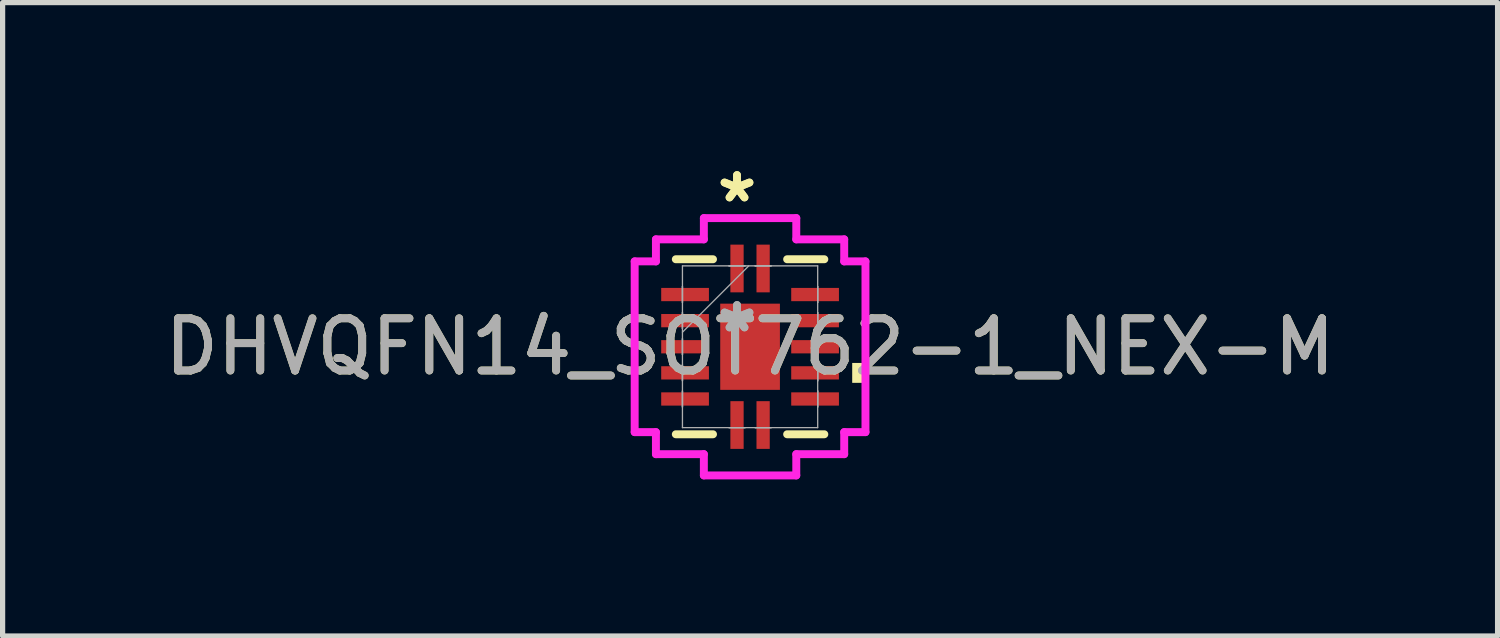
<source format=kicad_pcb>
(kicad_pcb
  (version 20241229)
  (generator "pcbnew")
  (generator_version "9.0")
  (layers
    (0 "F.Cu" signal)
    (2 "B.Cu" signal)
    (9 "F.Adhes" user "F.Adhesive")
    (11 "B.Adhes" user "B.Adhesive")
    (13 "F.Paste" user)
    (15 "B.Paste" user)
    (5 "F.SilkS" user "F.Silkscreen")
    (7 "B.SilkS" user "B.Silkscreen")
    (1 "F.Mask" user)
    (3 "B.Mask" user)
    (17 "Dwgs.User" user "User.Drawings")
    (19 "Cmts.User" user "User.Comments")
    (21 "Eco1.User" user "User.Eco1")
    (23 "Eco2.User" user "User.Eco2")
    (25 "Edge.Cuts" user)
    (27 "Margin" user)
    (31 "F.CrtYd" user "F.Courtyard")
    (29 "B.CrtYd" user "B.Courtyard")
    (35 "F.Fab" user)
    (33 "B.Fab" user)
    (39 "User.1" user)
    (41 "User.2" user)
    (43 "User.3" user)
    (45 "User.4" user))
  (footprint "DHVQFN14_SOT762-1_NEX-M"
    (layer "F.Cu")
    (at 11.315 3.591)
    (property "Reference" "DHVQFN14_SOT762-1_NEX-M" (at 0 0 0) (unlocked yes) (layer "F.SilkS") (effects (font (size 1 1) (thickness 0.15))))
    (attr smd)
    (fp_line (start -1.422 1.676) (end -0.71 1.676) (stroke (width 0.152) (type solid)) (layer "F.SilkS"))
    (fp_line (start -0.71 -1.676) (end -1.422 -1.676) (stroke (width 0.152) (type solid)) (layer "F.SilkS"))
    (fp_line (start 0.71 1.676) (end 1.422 1.676) (stroke (width 0.152) (type solid)) (layer "F.SilkS"))
    (fp_line (start 1.422 -1.676) (end 0.71 -1.676) (stroke (width 0.152) (type solid)) (layer "F.SilkS"))
    (fp_poly (pts (xy 2.21 0.31) (xy 2.21 0.691) (xy 1.956 0.691) (xy 1.956 0.31)) (stroke (width 0) (type solid)) (fill yes) (layer "F.SilkS"))
    (fp_line (start -2.21 -1.635) (end -1.803 -1.635) (stroke (width 0.152) (type solid)) (layer "F.CrtYd"))
    (fp_line (start -2.21 1.635) (end -2.21 -1.635) (stroke (width 0.152) (type solid)) (layer "F.CrtYd"))
    (fp_line (start -1.803 -2.057) (end -0.885 -2.057) (stroke (width 0.152) (type solid)) (layer "F.CrtYd"))
    (fp_line (start -1.803 -1.635) (end -1.803 -2.057) (stroke (width 0.152) (type solid)) (layer "F.CrtYd"))
    (fp_line (start -1.803 1.635) (end -2.21 1.635) (stroke (width 0.152) (type solid)) (layer "F.CrtYd"))
    (fp_line (start -1.803 2.057) (end -1.803 1.635) (stroke (width 0.152) (type solid)) (layer "F.CrtYd"))
    (fp_line (start -0.885 -2.464) (end 0.885 -2.464) (stroke (width 0.152) (type solid)) (layer "F.CrtYd"))
    (fp_line (start -0.885 -2.057) (end -0.885 -2.464) (stroke (width 0.152) (type solid)) (layer "F.CrtYd"))
    (fp_line (start -0.885 2.057) (end -1.803 2.057) (stroke (width 0.152) (type solid)) (layer "F.CrtYd"))
    (fp_line (start -0.885 2.464) (end -0.885 2.057) (stroke (width 0.152) (type solid)) (layer "F.CrtYd"))
    (fp_line (start 0.885 -2.464) (end 0.885 -2.057) (stroke (width 0.152) (type solid)) (layer "F.CrtYd"))
    (fp_line (start 0.885 -2.057) (end 1.803 -2.057) (stroke (width 0.152) (type solid)) (layer "F.CrtYd"))
    (fp_line (start 0.885 2.057) (end 0.885 2.464) (stroke (width 0.152) (type solid)) (layer "F.CrtYd"))
    (fp_line (start 0.885 2.464) (end -0.885 2.464) (stroke (width 0.152) (type solid)) (layer "F.CrtYd"))
    (fp_line (start 1.803 -2.057) (end 1.803 -1.635) (stroke (width 0.152) (type solid)) (layer "F.CrtYd"))
    (fp_line (start 1.803 -1.635) (end 2.21 -1.635) (stroke (width 0.152) (type solid)) (layer "F.CrtYd"))
    (fp_line (start 1.803 1.635) (end 1.803 2.057) (stroke (width 0.152) (type solid)) (layer "F.CrtYd"))
    (fp_line (start 1.803 2.057) (end 0.885 2.057) (stroke (width 0.152) (type solid)) (layer "F.CrtYd"))
    (fp_line (start 2.21 -1.635) (end 2.21 1.635) (stroke (width 0.152) (type solid)) (layer "F.CrtYd"))
    (fp_line (start 2.21 1.635) (end 1.803 1.635) (stroke (width 0.152) (type solid)) (layer "F.CrtYd"))
    (fp_line (start -1.295 -1.549) (end -1.295 1.549) (stroke (width 0.025) (type solid)) (layer "F.Fab"))
    (fp_line (start -1.295 -1.153) (end -1.295 -1.153) (stroke (width 0.025) (type solid)) (layer "F.Fab"))
    (fp_line (start -1.295 -1.153) (end -1.295 -0.848) (stroke (width 0.025) (type solid)) (layer "F.Fab"))
    (fp_line (start -1.295 -0.848) (end -1.295 -1.153) (stroke (width 0.025) (type solid)) (layer "F.Fab"))
    (fp_line (start -1.295 -0.848) (end -1.295 -0.848) (stroke (width 0.025) (type solid)) (layer "F.Fab"))
    (fp_line (start -1.295 -0.653) (end -1.295 -0.653) (stroke (width 0.025) (type solid)) (layer "F.Fab"))
    (fp_line (start -1.295 -0.653) (end -1.295 -0.348) (stroke (width 0.025) (type solid)) (layer "F.Fab"))
    (fp_line (start -1.295 -0.348) (end -1.295 -0.653) (stroke (width 0.025) (type solid)) (layer "F.Fab"))
    (fp_line (start -1.295 -0.348) (end -1.295 -0.348) (stroke (width 0.025) (type solid)) (layer "F.Fab"))
    (fp_line (start -1.295 -0.279) (end -0.025 -1.549) (stroke (width 0.025) (type solid)) (layer "F.Fab"))
    (fp_line (start -1.295 -0.152) (end -1.295 -0.152) (stroke (width 0.025) (type solid)) (layer "F.Fab"))
    (fp_line (start -1.295 -0.152) (end -1.295 0.152) (stroke (width 0.025) (type solid)) (layer "F.Fab"))
    (fp_line (start -1.295 0.152) (end -1.295 -0.152) (stroke (width 0.025) (type solid)) (layer "F.Fab"))
    (fp_line (start -1.295 0.152) (end -1.295 0.152) (stroke (width 0.025) (type solid)) (layer "F.Fab"))
    (fp_line (start -1.295 0.348) (end -1.295 0.348) (stroke (width 0.025) (type solid)) (layer "F.Fab"))
    (fp_line (start -1.295 0.348) (end -1.295 0.653) (stroke (width 0.025) (type solid)) (layer "F.Fab"))
    (fp_line (start -1.295 0.653) (end -1.295 0.348) (stroke (width 0.025) (type solid)) (layer "F.Fab"))
    (fp_line (start -1.295 0.653) (end -1.295 0.653) (stroke (width 0.025) (type solid)) (layer "F.Fab"))
    (fp_line (start -1.295 0.848) (end -1.295 0.848) (stroke (width 0.025) (type solid)) (layer "F.Fab"))
    (fp_line (start -1.295 0.848) (end -1.295 1.153) (stroke (width 0.025) (type solid)) (layer "F.Fab"))
    (fp_line (start -1.295 1.153) (end -1.295 0.848) (stroke (width 0.025) (type solid)) (layer "F.Fab"))
    (fp_line (start -1.295 1.153) (end -1.295 1.153) (stroke (width 0.025) (type solid)) (layer "F.Fab"))
    (fp_line (start -1.295 1.549) (end 1.295 1.549) (stroke (width 0.025) (type solid)) (layer "F.Fab"))
    (fp_line (start -0.402 -1.549) (end -0.402 -1.549) (stroke (width 0.025) (type solid)) (layer "F.Fab"))
    (fp_line (start -0.402 -1.549) (end -0.098 -1.549) (stroke (width 0.025) (type solid)) (layer "F.Fab"))
    (fp_line (start -0.402 1.549) (end -0.402 1.549) (stroke (width 0.025) (type solid)) (layer "F.Fab"))
    (fp_line (start -0.402 1.549) (end -0.098 1.549) (stroke (width 0.025) (type solid)) (layer "F.Fab"))
    (fp_line (start -0.098 -1.549) (end -0.402 -1.549) (stroke (width 0.025) (type solid)) (layer "F.Fab"))
    (fp_line (start -0.098 -1.549) (end -0.098 -1.549) (stroke (width 0.025) (type solid)) (layer "F.Fab"))
    (fp_line (start -0.098 1.549) (end -0.402 1.549) (stroke (width 0.025) (type solid)) (layer "F.Fab"))
    (fp_line (start -0.098 1.549) (end -0.098 1.549) (stroke (width 0.025) (type solid)) (layer "F.Fab"))
    (fp_line (start 0.098 -1.549) (end 0.098 -1.549) (stroke (width 0.025) (type solid)) (layer "F.Fab"))
    (fp_line (start 0.098 -1.549) (end 0.402 -1.549) (stroke (width 0.025) (type solid)) (layer "F.Fab"))
    (fp_line (start 0.098 1.549) (end 0.098 1.549) (stroke (width 0.025) (type solid)) (layer "F.Fab"))
    (fp_line (start 0.098 1.549) (end 0.402 1.549) (stroke (width 0.025) (type solid)) (layer "F.Fab"))
    (fp_line (start 0.402 -1.549) (end 0.098 -1.549) (stroke (width 0.025) (type solid)) (layer "F.Fab"))
    (fp_line (start 0.402 -1.549) (end 0.402 -1.549) (stroke (width 0.025) (type solid)) (layer "F.Fab"))
    (fp_line (start 0.402 1.549) (end 0.098 1.549) (stroke (width 0.025) (type solid)) (layer "F.Fab"))
    (fp_line (start 0.402 1.549) (end 0.402 1.549) (stroke (width 0.025) (type solid)) (layer "F.Fab"))
    (fp_line (start 1.295 -1.549) (end -1.295 -1.549) (stroke (width 0.025) (type solid)) (layer "F.Fab"))
    (fp_line (start 1.295 -1.153) (end 1.295 -1.153) (stroke (width 0.025) (type solid)) (layer "F.Fab"))
    (fp_line (start 1.295 -1.153) (end 1.295 -0.848) (stroke (width 0.025) (type solid)) (layer "F.Fab"))
    (fp_line (start 1.295 -0.848) (end 1.295 -1.153) (stroke (width 0.025) (type solid)) (layer "F.Fab"))
    (fp_line (start 1.295 -0.848) (end 1.295 -0.848) (stroke (width 0.025) (type solid)) (layer "F.Fab"))
    (fp_line (start 1.295 -0.653) (end 1.295 -0.653) (stroke (width 0.025) (type solid)) (layer "F.Fab"))
    (fp_line (start 1.295 -0.653) (end 1.295 -0.348) (stroke (width 0.025) (type solid)) (layer "F.Fab"))
    (fp_line (start 1.295 -0.348) (end 1.295 -0.653) (stroke (width 0.025) (type solid)) (layer "F.Fab"))
    (fp_line (start 1.295 -0.348) (end 1.295 -0.348) (stroke (width 0.025) (type solid)) (layer "F.Fab"))
    (fp_line (start 1.295 -0.152) (end 1.295 -0.152) (stroke (width 0.025) (type solid)) (layer "F.Fab"))
    (fp_line (start 1.295 -0.152) (end 1.295 0.152) (stroke (width 0.025) (type solid)) (layer "F.Fab"))
    (fp_line (start 1.295 0.152) (end 1.295 -0.152) (stroke (width 0.025) (type solid)) (layer "F.Fab"))
    (fp_line (start 1.295 0.152) (end 1.295 0.152) (stroke (width 0.025) (type solid)) (layer "F.Fab"))
    (fp_line (start 1.295 0.348) (end 1.295 0.348) (stroke (width 0.025) (type solid)) (layer "F.Fab"))
    (fp_line (start 1.295 0.348) (end 1.295 0.653) (stroke (width 0.025) (type solid)) (layer "F.Fab"))
    (fp_line (start 1.295 0.653) (end 1.295 0.348) (stroke (width 0.025) (type solid)) (layer "F.Fab"))
    (fp_line (start 1.295 0.653) (end 1.295 0.653) (stroke (width 0.025) (type solid)) (layer "F.Fab"))
    (fp_line (start 1.295 0.848) (end 1.295 0.848) (stroke (width 0.025) (type solid)) (layer "F.Fab"))
    (fp_line (start 1.295 0.848) (end 1.295 1.153) (stroke (width 0.025) (type solid)) (layer "F.Fab"))
    (fp_line (start 1.295 1.153) (end 1.295 0.848) (stroke (width 0.025) (type solid)) (layer "F.Fab"))
    (fp_line (start 1.295 1.153) (end 1.295 1.153) (stroke (width 0.025) (type solid)) (layer "F.Fab"))
    (fp_line (start 1.295 1.549) (end 1.295 -1.549) (stroke (width 0.025) (type solid)) (layer "F.Fab"))
    (fp_text user "*" (at -0.25 -2.743 0) (layer "F.SilkS") (effects (font (size 1 1) (thickness 0.15))))
    (fp_text user "*" (at -0.25 -2.743 0) (unlocked yes) (layer "F.SilkS") (effects (font (size 1 1) (thickness 0.15))))
    (fp_text user "*" (at -0.25 -0.254 0) (layer "F.Fab") (effects (font (size 1 1) (thickness 0.15))))
    (fp_text user "*" (at -0.25 -0.254 0) (unlocked yes) (layer "F.Fab") (effects (font (size 1 1) (thickness 0.15))))
    (fp_text user "${REFERENCE}" (at 0 0 0) (unlocked yes) (layer "F.Fab") (effects (font (size 1 1) (thickness 0.15))))
    (pad "1" smd rect (at -0.25 -1.499) (size 0.254 0.914) (layers "F.Cu" "F.Mask" "F.Paste"))
    (pad "2" smd rect (at -1.245 -1 90) (size 0.254 0.914) (layers "F.Cu" "F.Mask" "F.Paste"))
    (pad "3" smd rect (at -1.245 -0.5 90) (size 0.254 0.914) (layers "F.Cu" "F.Mask" "F.Paste"))
    (pad "4" smd rect (at -1.245 0 90) (size 0.254 0.914) (layers "F.Cu" "F.Mask" "F.Paste"))
    (pad "5" smd rect (at -1.245 0.5 90) (size 0.254 0.914) (layers "F.Cu" "F.Mask" "F.Paste"))
    (pad "6" smd rect (at -1.245 1 90) (size 0.254 0.914) (layers "F.Cu" "F.Mask" "F.Paste"))
    (pad "7" smd rect (at -0.25 1.499) (size 0.254 0.914) (layers "F.Cu" "F.Mask" "F.Paste"))
    (pad "8" smd rect (at 0.25 1.499) (size 0.254 0.914) (layers "F.Cu" "F.Mask" "F.Paste"))
    (pad "9" smd rect (at 1.245 1 90) (size 0.254 0.914) (layers "F.Cu" "F.Mask" "F.Paste"))
    (pad "10" smd rect (at 1.245 0.5 90) (size 0.254 0.914) (layers "F.Cu" "F.Mask" "F.Paste"))
    (pad "11" smd rect (at 1.245 0 90) (size 0.254 0.914) (layers "F.Cu" "F.Mask" "F.Paste"))
    (pad "12" smd rect (at 1.245 -0.5 90) (size 0.254 0.914) (layers "F.Cu" "F.Mask" "F.Paste"))
    (pad "13" smd rect (at 1.245 -1 90) (size 0.254 0.914) (layers "F.Cu" "F.Mask" "F.Paste"))
    (pad "14" smd rect (at 0.25 -1.499) (size 0.254 0.914) (layers "F.Cu" "F.Mask" "F.Paste"))
    (pad "15" smd rect (at 0 0) (size 1.143 1.651) (layers "F.Cu" "F.Mask" "F.Paste")))
  (gr_rect
    (start -3 -3)
    (end 25.631 9.131)
    (stroke (width 0.1) (type default))
    (fill no)
    (layer "Edge.Cuts")))
</source>
